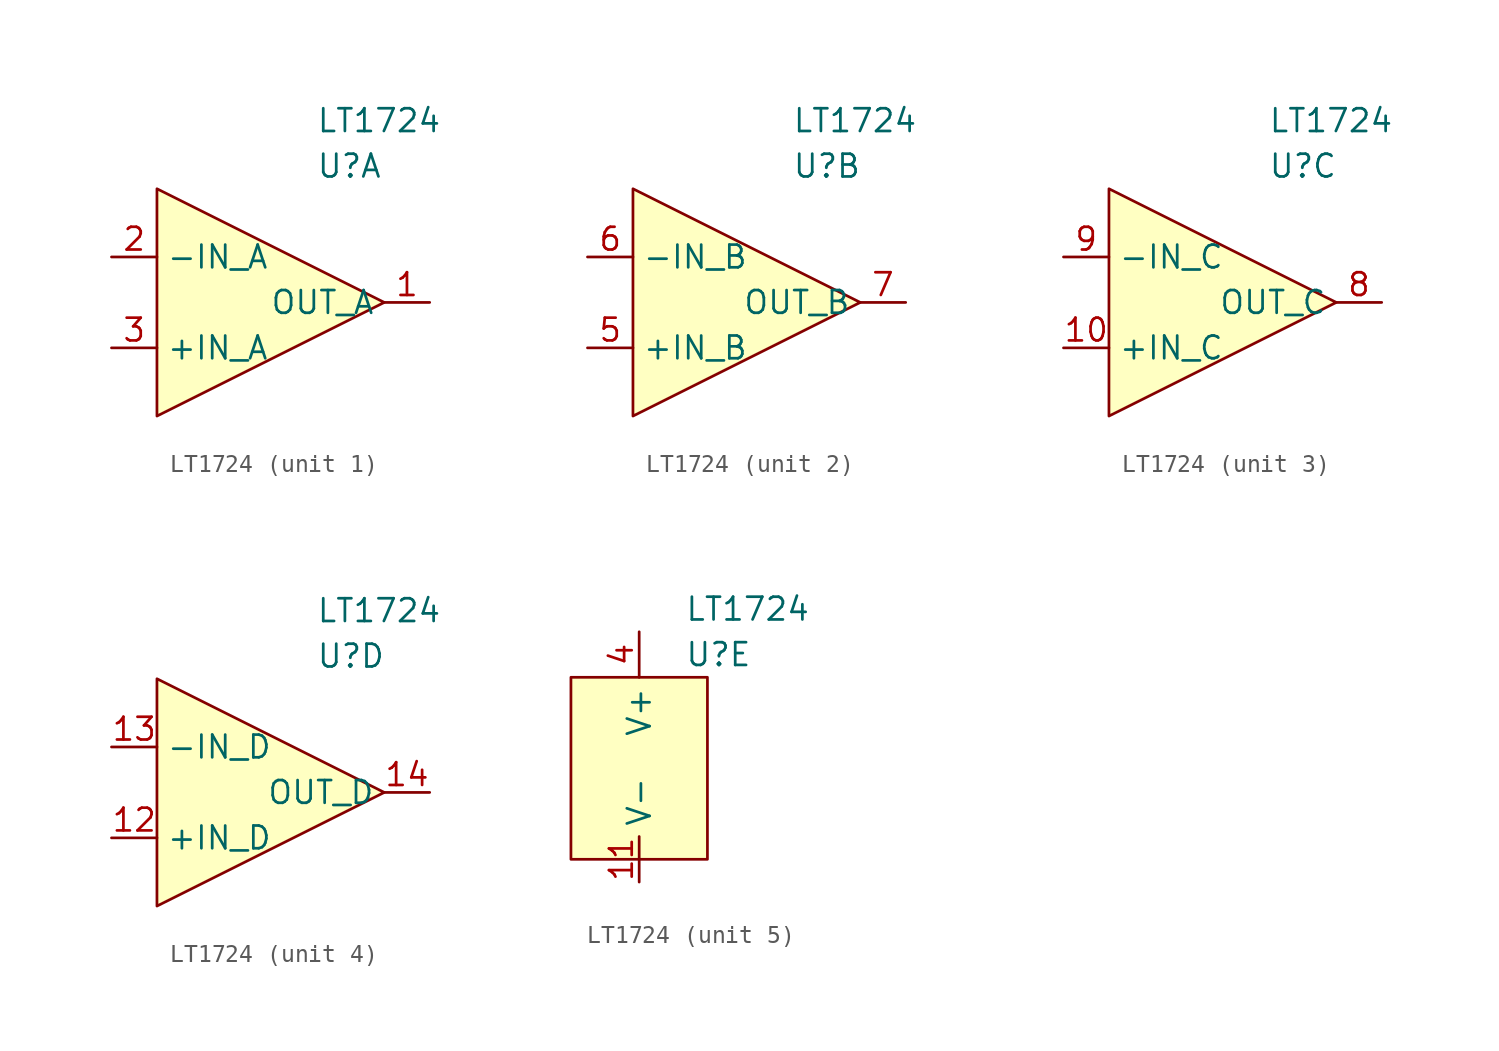
<source format=kicad_sym>
(kicad_symbol_lib
  (version 20211014)
  (generator kicad_symbol_editor)
  (symbol "LT1724"
    (property "Reference" "U"
      (at 2.54 7.62 0)
      (effects (font (size 1.27 1.27)) (justify left)))
    (property "Value" "LT1724"
      (at 2.54 10.16 0)
      (effects (font (size 1.27 1.27)) (justify left)))
    (property "ki_locked" ""
      (at 0 0 0)
      (effects (font (size 1.27 1.27))))
    (symbol "LT1724_1_1"
      (polyline (pts (xy -6.35 6.35) (xy 6.35 0) (xy -6.35 -6.35) (xy -6.35 6.35)) (stroke (width 0) (type default) (color 0 0 0 0)) (fill (type background)))
      (pin output line (at 8.89 0 180) (length 2.54) (name "OUT_A" (effects (font (size 1.27 1.27)))) (number "1" (effects (font (size 1.27 1.27)))))
      (pin input line (at -8.89 2.54 0) (length 2.54) (name "-IN_A" (effects (font (size 1.27 1.27)))) (number "2" (effects (font (size 1.27 1.27)))))
      (pin input line (at -8.89 -2.54 0) (length 2.54) (name "+IN_A" (effects (font (size 1.27 1.27)))) (number "3" (effects (font (size 1.27 1.27))))))
    (symbol "LT1724_2_1"
      (polyline (pts (xy -6.35 6.35) (xy 6.35 0) (xy -6.35 -6.35) (xy -6.35 6.35)) (stroke (width 0) (type default) (color 0 0 0 0)) (fill (type background)))
      (pin input line (at -8.89 -2.54 0) (length 2.54) (name "+IN_B" (effects (font (size 1.27 1.27)))) (number "5" (effects (font (size 1.27 1.27)))))
      (pin input line (at -8.89 2.54 0) (length 2.54) (name "-IN_B" (effects (font (size 1.27 1.27)))) (number "6" (effects (font (size 1.27 1.27)))))
      (pin output line (at 8.89 0 180) (length 2.54) (name "OUT_B" (effects (font (size 1.27 1.27)))) (number "7" (effects (font (size 1.27 1.27))))))
    (symbol "LT1724_3_1"
      (polyline (pts (xy -6.35 6.35) (xy 6.35 0) (xy -6.35 -6.35) (xy -6.35 6.35)) (stroke (width 0) (type default) (color 0 0 0 0)) (fill (type background)))
      (pin input line (at -8.89 -2.54 0) (length 2.54) (name "+IN_C" (effects (font (size 1.27 1.27)))) (number "10" (effects (font (size 1.27 1.27)))))
      (pin output line (at 8.89 0 180) (length 2.54) (name "OUT_C" (effects (font (size 1.27 1.27)))) (number "8" (effects (font (size 1.27 1.27)))))
      (pin input line (at -8.89 2.54 0) (length 2.54) (name "-IN_C" (effects (font (size 1.27 1.27)))) (number "9" (effects (font (size 1.27 1.27))))))
    (symbol "LT1724_4_1"
      (polyline (pts (xy -6.35 6.35) (xy 6.35 0) (xy -6.35 -6.35) (xy -6.35 6.35)) (stroke (width 0) (type default) (color 0 0 0 0)) (fill (type background)))
      (pin input line (at -8.89 -2.54 0) (length 2.54) (name "+IN_D" (effects (font (size 1.27 1.27)))) (number "12" (effects (font (size 1.27 1.27)))))
      (pin input line (at -8.89 2.54 0) (length 2.54) (name "-IN_D" (effects (font (size 1.27 1.27)))) (number "13" (effects (font (size 1.27 1.27)))))
      (pin output line (at 8.89 0 180) (length 2.54) (name "OUT_D" (effects (font (size 1.27 1.27)))) (number "14" (effects (font (size 1.27 1.27))))))
    (symbol "LT1724_5_1"
      (rectangle (start -3.81 6.35) (end 3.81 -3.81) (stroke (width 0) (type default) (color 0 0 0 0)) (fill (type background)))
      (pin power_in line (at 0 -5.08 90) (length 2.54) (name "V-" (effects (font (size 1.27 1.27)))) (number "11" (effects (font (size 1.27 1.27)))))
      (pin power_in line (at 0 8.89 270) (length 2.54) (name "V+" (effects (font (size 1.27 1.27)))) (number "4" (effects (font (size 1.27 1.27))))))))
</source>
